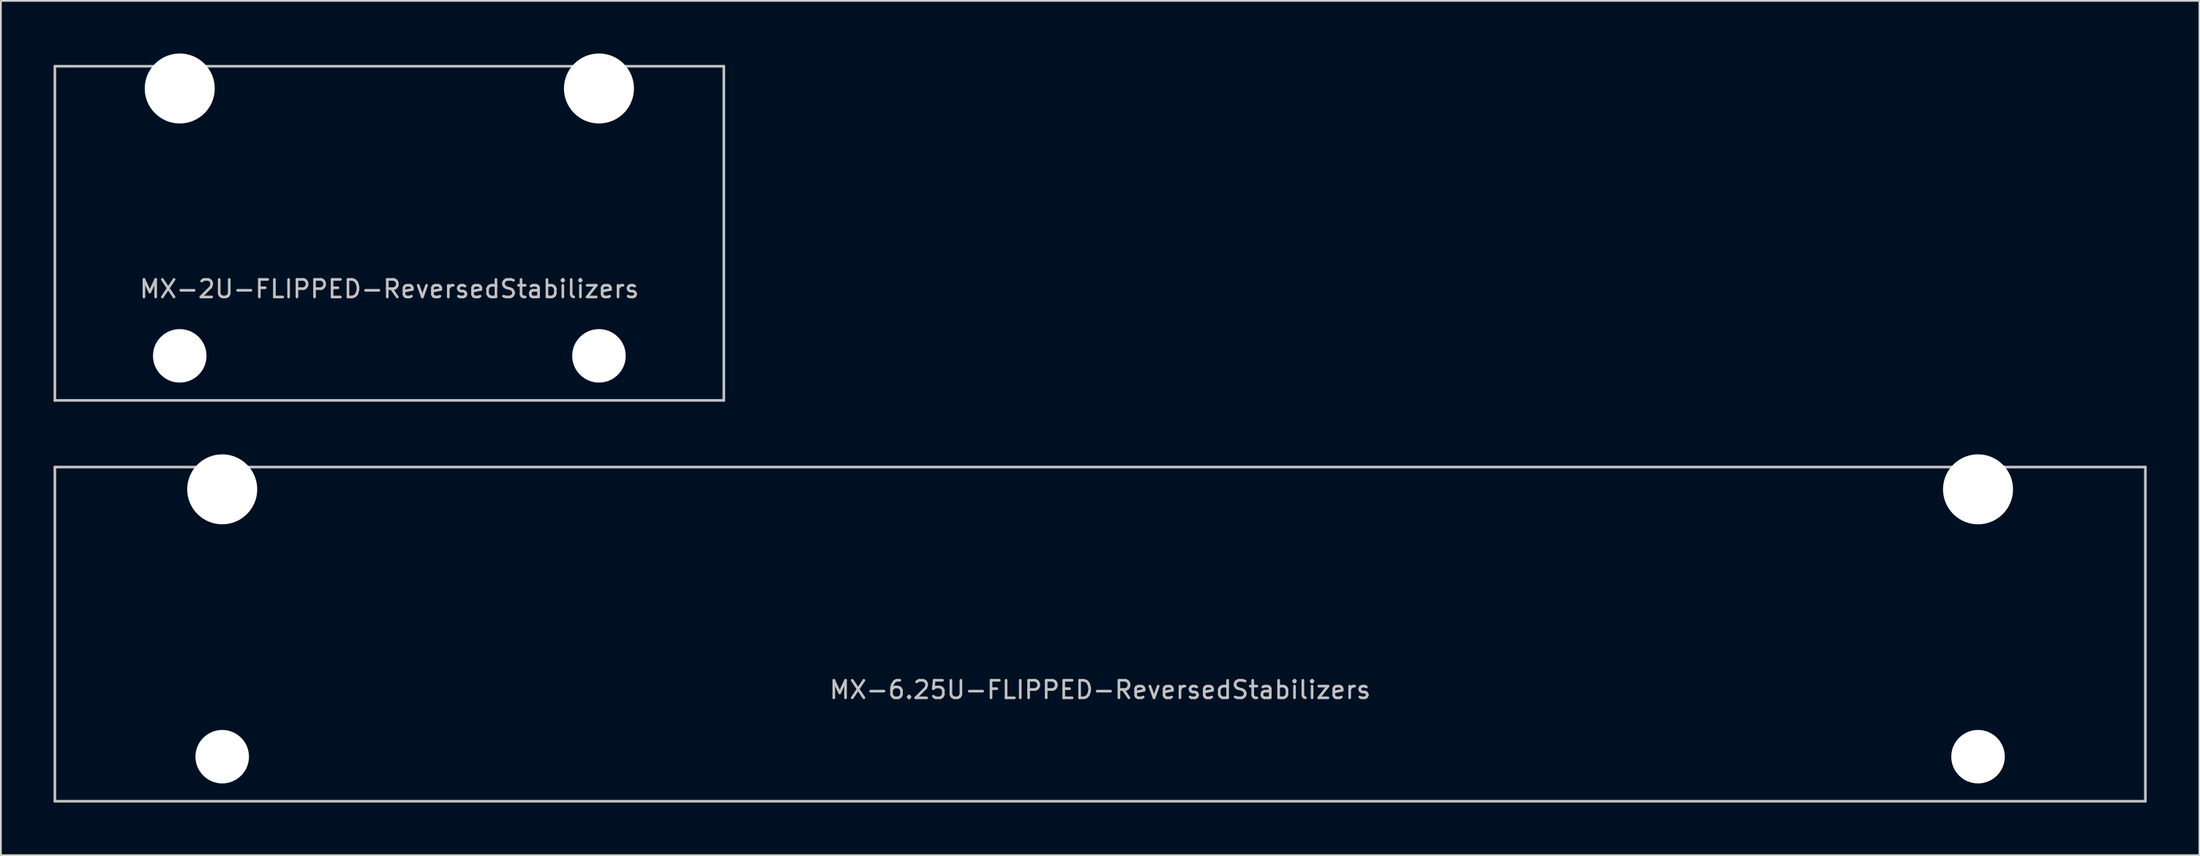
<source format=kicad_pcb>
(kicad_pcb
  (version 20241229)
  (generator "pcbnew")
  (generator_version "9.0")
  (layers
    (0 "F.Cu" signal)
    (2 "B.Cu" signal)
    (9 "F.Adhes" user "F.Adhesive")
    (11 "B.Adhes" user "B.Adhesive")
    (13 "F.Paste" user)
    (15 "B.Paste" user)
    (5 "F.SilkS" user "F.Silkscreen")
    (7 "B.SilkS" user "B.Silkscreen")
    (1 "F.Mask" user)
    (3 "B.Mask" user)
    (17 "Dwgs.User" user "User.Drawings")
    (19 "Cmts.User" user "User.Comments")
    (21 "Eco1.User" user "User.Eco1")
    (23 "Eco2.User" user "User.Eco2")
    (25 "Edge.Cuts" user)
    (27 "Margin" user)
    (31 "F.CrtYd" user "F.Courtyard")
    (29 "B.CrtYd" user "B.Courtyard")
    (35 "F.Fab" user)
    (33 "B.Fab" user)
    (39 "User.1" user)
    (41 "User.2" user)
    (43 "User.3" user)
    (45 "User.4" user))
  (footprint "MX-6.25U-FLIPPED-ReversedStabilizers"
    (layer "F.Cu")
    (at 59.606 33.098)
    (property "Reference" "MX-6.25U-FLIPPED-ReversedStabilizers" (at 0 3.175 0) (layer "Dwgs.User") (effects (font (size 1 1) (thickness 0.15))))
    (attr through_hole)
    (fp_line (start -59.531 -9.525) (end 59.531 -9.525) (stroke (width 0.15) (type solid)) (layer "Dwgs.User"))
    (fp_line (start -59.531 9.525) (end -59.531 -9.525) (stroke (width 0.15) (type solid)) (layer "Dwgs.User"))
    (fp_line (start -59.531 9.525) (end 59.531 9.525) (stroke (width 0.15) (type solid)) (layer "Dwgs.User"))
    (fp_line (start 59.531 -9.525) (end 59.531 9.525) (stroke (width 0.15) (type solid)) (layer "Dwgs.User"))
    (pad "" np_thru_hole circle (at -50 -8.255) (size 3.988 3.988) (drill 3.988) (layers "*.Cu" "*.Mask"))
    (pad "" np_thru_hole circle (at -50 6.985) (size 3.048 3.048) (drill 3.048) (layers "*.Cu" "*.Mask"))
    (pad "" np_thru_hole circle (at 50 -8.255) (size 3.988 3.988) (drill 3.988) (layers "*.Cu" "*.Mask"))
    (pad "" np_thru_hole circle (at 50 6.985) (size 3.048 3.048) (drill 3.048) (layers "*.Cu" "*.Mask")))
  (footprint "MX-2U-FLIPPED-ReversedStabilizers"
    (layer "F.Cu")
    (at 19.125 10.249)
    (property "Reference" "MX-2U-FLIPPED-ReversedStabilizers" (at 0 3.175 0) (layer "Dwgs.User") (effects (font (size 1 1) (thickness 0.15))))
    (attr through_hole)
    (fp_line (start -19.05 -9.525) (end 19.05 -9.525) (stroke (width 0.15) (type solid)) (layer "Dwgs.User"))
    (fp_line (start -19.05 9.525) (end -19.05 -9.525) (stroke (width 0.15) (type solid)) (layer "Dwgs.User"))
    (fp_line (start -19.05 9.525) (end 19.05 9.525) (stroke (width 0.15) (type solid)) (layer "Dwgs.User"))
    (fp_line (start 19.05 -9.525) (end 19.05 9.525) (stroke (width 0.15) (type solid)) (layer "Dwgs.User"))
    (pad "" np_thru_hole circle (at -11.938 -8.255) (size 3.988 3.988) (drill 3.988) (layers "*.Cu" "*.Mask"))
    (pad "" np_thru_hole circle (at -11.938 6.985) (size 3.048 3.048) (drill 3.048) (layers "*.Cu" "*.Mask"))
    (pad "" np_thru_hole circle (at 11.938 -8.255) (size 3.988 3.988) (drill 3.988) (layers "*.Cu" "*.Mask"))
    (pad "" np_thru_hole circle (at 11.938 6.985) (size 3.048 3.048) (drill 3.048) (layers "*.Cu" "*.Mask")))
  (gr_rect
    (start -3 -3)
    (end 122.213 45.698)
    (stroke (width 0.1) (type default))
    (fill no)
    (layer "Edge.Cuts")))
</source>
